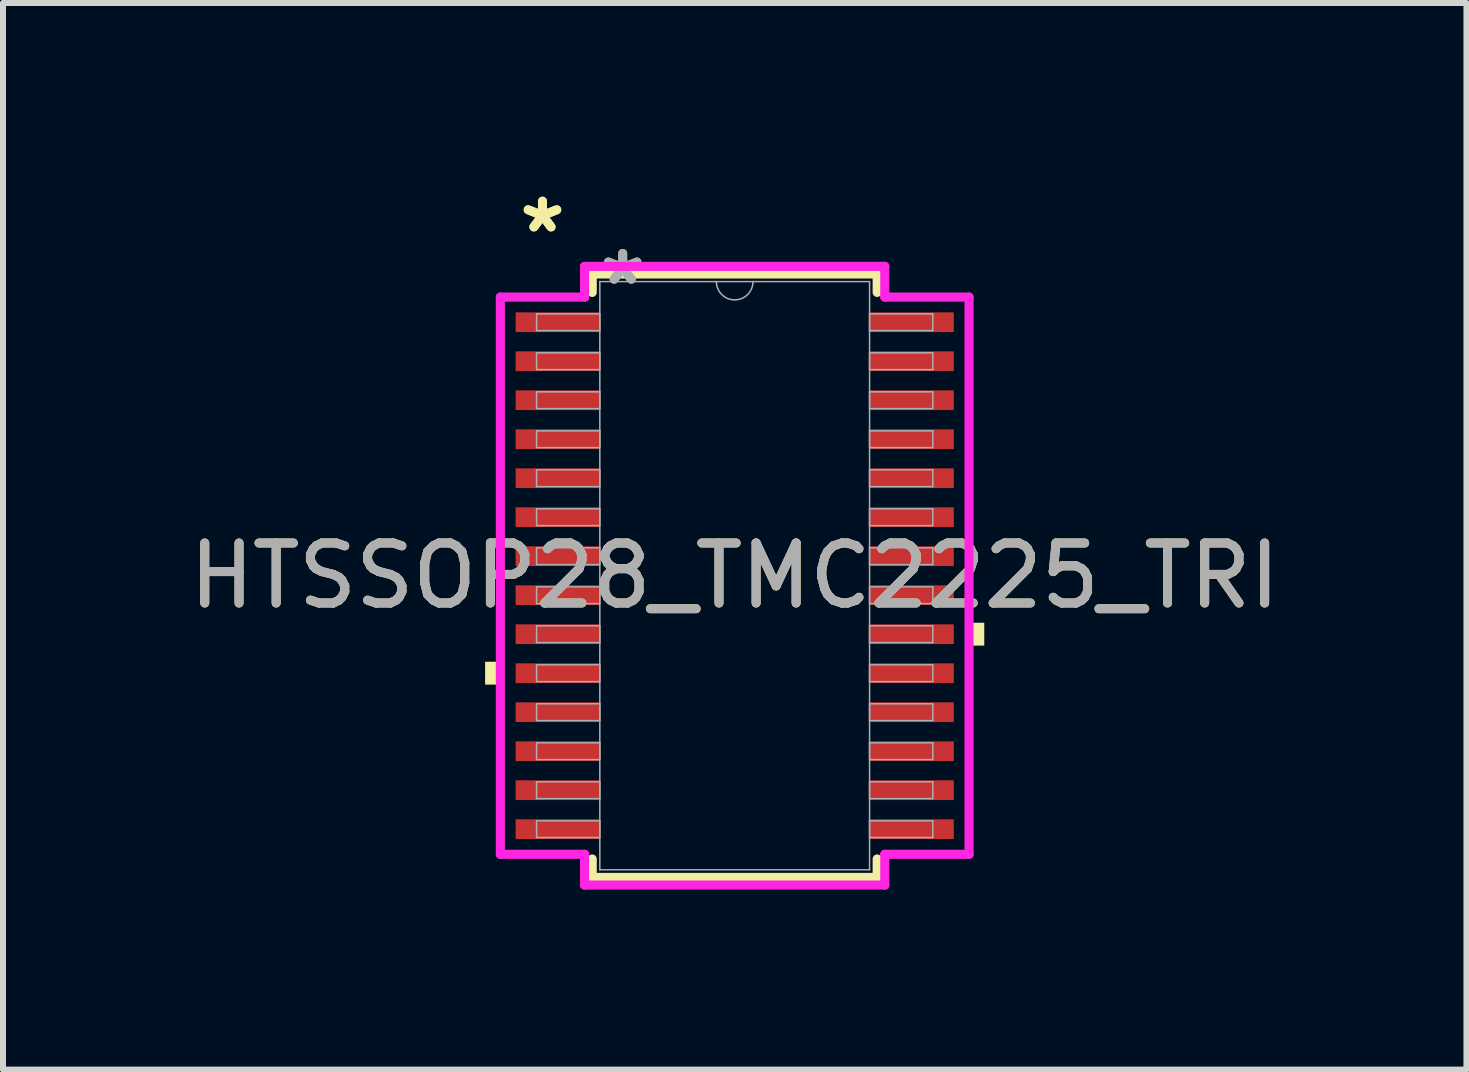
<source format=kicad_pcb>
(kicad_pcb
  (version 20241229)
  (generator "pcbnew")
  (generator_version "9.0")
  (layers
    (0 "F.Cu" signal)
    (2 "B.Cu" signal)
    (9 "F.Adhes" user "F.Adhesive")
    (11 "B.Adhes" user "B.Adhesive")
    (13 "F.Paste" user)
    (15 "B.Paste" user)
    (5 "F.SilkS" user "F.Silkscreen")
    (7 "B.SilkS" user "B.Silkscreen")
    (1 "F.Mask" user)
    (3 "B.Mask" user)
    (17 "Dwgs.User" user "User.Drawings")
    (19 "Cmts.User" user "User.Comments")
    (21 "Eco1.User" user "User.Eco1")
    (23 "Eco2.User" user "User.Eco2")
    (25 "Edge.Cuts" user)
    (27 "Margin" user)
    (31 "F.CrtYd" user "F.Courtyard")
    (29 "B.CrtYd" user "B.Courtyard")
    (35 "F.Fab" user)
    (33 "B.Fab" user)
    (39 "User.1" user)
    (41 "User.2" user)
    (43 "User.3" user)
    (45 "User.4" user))
  (footprint "HTSSOP28_TMC2225_TRI"
    (layer "F.Cu")
    (at 9.196 6.546)
    (property "Reference" "HTSSOP28_TMC2225_TRI" (at 0 0 0) (unlocked yes) (layer "F.SilkS") (effects (font (size 1 1) (thickness 0.15))))
    (attr smd)
    (fp_line (start -2.375 -5.029) (end -2.375 -4.722) (stroke (width 0.152) (type solid)) (layer "F.SilkS"))
    (fp_line (start -2.375 4.722) (end -2.375 5.029) (stroke (width 0.152) (type solid)) (layer "F.SilkS"))
    (fp_line (start -2.375 5.029) (end 2.375 5.029) (stroke (width 0.152) (type solid)) (layer "F.SilkS"))
    (fp_line (start 2.375 -5.029) (end -2.375 -5.029) (stroke (width 0.152) (type solid)) (layer "F.SilkS"))
    (fp_line (start 2.375 -4.722) (end 2.375 -5.029) (stroke (width 0.152) (type solid)) (layer "F.SilkS"))
    (fp_line (start 2.375 5.029) (end 2.375 4.722) (stroke (width 0.152) (type solid)) (layer "F.SilkS"))
    (fp_poly (pts (xy -4.16 1.434) (xy -4.16 1.815) (xy -3.906 1.815) (xy -3.906 1.434)) (stroke (width 0) (type solid)) (fill yes) (layer "F.SilkS"))
    (fp_poly (pts (xy 4.16 0.784) (xy 4.16 1.165) (xy 3.906 1.165) (xy 3.906 0.784)) (stroke (width 0) (type solid)) (fill yes) (layer "F.SilkS"))
    (fp_line (start -3.906 -4.644) (end -2.502 -4.644) (stroke (width 0.152) (type solid)) (layer "F.CrtYd"))
    (fp_line (start -3.906 4.644) (end -3.906 -4.644) (stroke (width 0.152) (type solid)) (layer "F.CrtYd"))
    (fp_line (start -3.906 4.644) (end -2.502 4.644) (stroke (width 0.152) (type solid)) (layer "F.CrtYd"))
    (fp_line (start -2.502 -5.156) (end 2.502 -5.156) (stroke (width 0.152) (type solid)) (layer "F.CrtYd"))
    (fp_line (start -2.502 -4.644) (end -2.502 -5.156) (stroke (width 0.152) (type solid)) (layer "F.CrtYd"))
    (fp_line (start -2.502 5.156) (end -2.502 4.644) (stroke (width 0.152) (type solid)) (layer "F.CrtYd"))
    (fp_line (start 2.502 -5.156) (end 2.502 -4.644) (stroke (width 0.152) (type solid)) (layer "F.CrtYd"))
    (fp_line (start 2.502 4.644) (end 2.502 5.156) (stroke (width 0.152) (type solid)) (layer "F.CrtYd"))
    (fp_line (start 2.502 5.156) (end -2.502 5.156) (stroke (width 0.152) (type solid)) (layer "F.CrtYd"))
    (fp_line (start 3.906 -4.644) (end 2.502 -4.644) (stroke (width 0.152) (type solid)) (layer "F.CrtYd"))
    (fp_line (start 3.906 -4.644) (end 3.906 4.644) (stroke (width 0.152) (type solid)) (layer "F.CrtYd"))
    (fp_line (start 3.906 4.644) (end 2.502 4.644) (stroke (width 0.152) (type solid)) (layer "F.CrtYd"))
    (fp_line (start -3.302 -4.365) (end -3.302 -4.085) (stroke (width 0.025) (type solid)) (layer "F.Fab"))
    (fp_line (start -3.302 -4.085) (end -2.248 -4.085) (stroke (width 0.025) (type solid)) (layer "F.Fab"))
    (fp_line (start -3.302 -3.715) (end -3.302 -3.435) (stroke (width 0.025) (type solid)) (layer "F.Fab"))
    (fp_line (start -3.302 -3.435) (end -2.248 -3.435) (stroke (width 0.025) (type solid)) (layer "F.Fab"))
    (fp_line (start -3.302 -3.065) (end -3.302 -2.785) (stroke (width 0.025) (type solid)) (layer "F.Fab"))
    (fp_line (start -3.302 -2.785) (end -2.248 -2.785) (stroke (width 0.025) (type solid)) (layer "F.Fab"))
    (fp_line (start -3.302 -2.415) (end -3.302 -2.135) (stroke (width 0.025) (type solid)) (layer "F.Fab"))
    (fp_line (start -3.302 -2.135) (end -2.248 -2.135) (stroke (width 0.025) (type solid)) (layer "F.Fab"))
    (fp_line (start -3.302 -1.765) (end -3.302 -1.485) (stroke (width 0.025) (type solid)) (layer "F.Fab"))
    (fp_line (start -3.302 -1.485) (end -2.248 -1.485) (stroke (width 0.025) (type solid)) (layer "F.Fab"))
    (fp_line (start -3.302 -1.115) (end -3.302 -0.835) (stroke (width 0.025) (type solid)) (layer "F.Fab"))
    (fp_line (start -3.302 -0.835) (end -2.248 -0.835) (stroke (width 0.025) (type solid)) (layer "F.Fab"))
    (fp_line (start -3.302 -0.465) (end -3.302 -0.185) (stroke (width 0.025) (type solid)) (layer "F.Fab"))
    (fp_line (start -3.302 -0.185) (end -2.248 -0.185) (stroke (width 0.025) (type solid)) (layer "F.Fab"))
    (fp_line (start -3.302 0.185) (end -3.302 0.465) (stroke (width 0.025) (type solid)) (layer "F.Fab"))
    (fp_line (start -3.302 0.465) (end -2.248 0.465) (stroke (width 0.025) (type solid)) (layer "F.Fab"))
    (fp_line (start -3.302 0.835) (end -3.302 1.115) (stroke (width 0.025) (type solid)) (layer "F.Fab"))
    (fp_line (start -3.302 1.115) (end -2.248 1.115) (stroke (width 0.025) (type solid)) (layer "F.Fab"))
    (fp_line (start -3.302 1.485) (end -3.302 1.765) (stroke (width 0.025) (type solid)) (layer "F.Fab"))
    (fp_line (start -3.302 1.765) (end -2.248 1.765) (stroke (width 0.025) (type solid)) (layer "F.Fab"))
    (fp_line (start -3.302 2.135) (end -3.302 2.415) (stroke (width 0.025) (type solid)) (layer "F.Fab"))
    (fp_line (start -3.302 2.415) (end -2.248 2.415) (stroke (width 0.025) (type solid)) (layer "F.Fab"))
    (fp_line (start -3.302 2.785) (end -3.302 3.065) (stroke (width 0.025) (type solid)) (layer "F.Fab"))
    (fp_line (start -3.302 3.065) (end -2.248 3.065) (stroke (width 0.025) (type solid)) (layer "F.Fab"))
    (fp_line (start -3.302 3.435) (end -3.302 3.715) (stroke (width 0.025) (type solid)) (layer "F.Fab"))
    (fp_line (start -3.302 3.715) (end -2.248 3.715) (stroke (width 0.025) (type solid)) (layer "F.Fab"))
    (fp_line (start -3.302 4.085) (end -3.302 4.365) (stroke (width 0.025) (type solid)) (layer "F.Fab"))
    (fp_line (start -3.302 4.365) (end -2.248 4.365) (stroke (width 0.025) (type solid)) (layer "F.Fab"))
    (fp_line (start -2.248 -4.902) (end -2.248 4.902) (stroke (width 0.025) (type solid)) (layer "F.Fab"))
    (fp_line (start -2.248 -4.365) (end -3.302 -4.365) (stroke (width 0.025) (type solid)) (layer "F.Fab"))
    (fp_line (start -2.248 -4.085) (end -2.248 -4.365) (stroke (width 0.025) (type solid)) (layer "F.Fab"))
    (fp_line (start -2.248 -3.715) (end -3.302 -3.715) (stroke (width 0.025) (type solid)) (layer "F.Fab"))
    (fp_line (start -2.248 -3.435) (end -2.248 -3.715) (stroke (width 0.025) (type solid)) (layer "F.Fab"))
    (fp_line (start -2.248 -3.065) (end -3.302 -3.065) (stroke (width 0.025) (type solid)) (layer "F.Fab"))
    (fp_line (start -2.248 -2.785) (end -2.248 -3.065) (stroke (width 0.025) (type solid)) (layer "F.Fab"))
    (fp_line (start -2.248 -2.415) (end -3.302 -2.415) (stroke (width 0.025) (type solid)) (layer "F.Fab"))
    (fp_line (start -2.248 -2.135) (end -2.248 -2.415) (stroke (width 0.025) (type solid)) (layer "F.Fab"))
    (fp_line (start -2.248 -1.765) (end -3.302 -1.765) (stroke (width 0.025) (type solid)) (layer "F.Fab"))
    (fp_line (start -2.248 -1.485) (end -2.248 -1.765) (stroke (width 0.025) (type solid)) (layer "F.Fab"))
    (fp_line (start -2.248 -1.115) (end -3.302 -1.115) (stroke (width 0.025) (type solid)) (layer "F.Fab"))
    (fp_line (start -2.248 -0.835) (end -2.248 -1.115) (stroke (width 0.025) (type solid)) (layer "F.Fab"))
    (fp_line (start -2.248 -0.465) (end -3.302 -0.465) (stroke (width 0.025) (type solid)) (layer "F.Fab"))
    (fp_line (start -2.248 -0.185) (end -2.248 -0.465) (stroke (width 0.025) (type solid)) (layer "F.Fab"))
    (fp_line (start -2.248 0.185) (end -3.302 0.185) (stroke (width 0.025) (type solid)) (layer "F.Fab"))
    (fp_line (start -2.248 0.465) (end -2.248 0.185) (stroke (width 0.025) (type solid)) (layer "F.Fab"))
    (fp_line (start -2.248 0.835) (end -3.302 0.835) (stroke (width 0.025) (type solid)) (layer "F.Fab"))
    (fp_line (start -2.248 1.115) (end -2.248 0.835) (stroke (width 0.025) (type solid)) (layer "F.Fab"))
    (fp_line (start -2.248 1.485) (end -3.302 1.485) (stroke (width 0.025) (type solid)) (layer "F.Fab"))
    (fp_line (start -2.248 1.765) (end -2.248 1.485) (stroke (width 0.025) (type solid)) (layer "F.Fab"))
    (fp_line (start -2.248 2.135) (end -3.302 2.135) (stroke (width 0.025) (type solid)) (layer "F.Fab"))
    (fp_line (start -2.248 2.415) (end -2.248 2.135) (stroke (width 0.025) (type solid)) (layer "F.Fab"))
    (fp_line (start -2.248 2.785) (end -3.302 2.785) (stroke (width 0.025) (type solid)) (layer "F.Fab"))
    (fp_line (start -2.248 3.065) (end -2.248 2.785) (stroke (width 0.025) (type solid)) (layer "F.Fab"))
    (fp_line (start -2.248 3.435) (end -3.302 3.435) (stroke (width 0.025) (type solid)) (layer "F.Fab"))
    (fp_line (start -2.248 3.715) (end -2.248 3.435) (stroke (width 0.025) (type solid)) (layer "F.Fab"))
    (fp_line (start -2.248 4.085) (end -3.302 4.085) (stroke (width 0.025) (type solid)) (layer "F.Fab"))
    (fp_line (start -2.248 4.365) (end -2.248 4.085) (stroke (width 0.025) (type solid)) (layer "F.Fab"))
    (fp_line (start -2.248 4.902) (end 2.248 4.902) (stroke (width 0.025) (type solid)) (layer "F.Fab"))
    (fp_line (start 2.248 -4.902) (end -2.248 -4.902) (stroke (width 0.025) (type solid)) (layer "F.Fab"))
    (fp_line (start 2.248 -4.365) (end 2.248 -4.085) (stroke (width 0.025) (type solid)) (layer "F.Fab"))
    (fp_line (start 2.248 -4.085) (end 3.302 -4.085) (stroke (width 0.025) (type solid)) (layer "F.Fab"))
    (fp_line (start 2.248 -3.715) (end 2.248 -3.435) (stroke (width 0.025) (type solid)) (layer "F.Fab"))
    (fp_line (start 2.248 -3.435) (end 3.302 -3.435) (stroke (width 0.025) (type solid)) (layer "F.Fab"))
    (fp_line (start 2.248 -3.065) (end 2.248 -2.785) (stroke (width 0.025) (type solid)) (layer "F.Fab"))
    (fp_line (start 2.248 -2.785) (end 3.302 -2.785) (stroke (width 0.025) (type solid)) (layer "F.Fab"))
    (fp_line (start 2.248 -2.415) (end 2.248 -2.135) (stroke (width 0.025) (type solid)) (layer "F.Fab"))
    (fp_line (start 2.248 -2.135) (end 3.302 -2.135) (stroke (width 0.025) (type solid)) (layer "F.Fab"))
    (fp_line (start 2.248 -1.765) (end 2.248 -1.485) (stroke (width 0.025) (type solid)) (layer "F.Fab"))
    (fp_line (start 2.248 -1.485) (end 3.302 -1.485) (stroke (width 0.025) (type solid)) (layer "F.Fab"))
    (fp_line (start 2.248 -1.115) (end 2.248 -0.835) (stroke (width 0.025) (type solid)) (layer "F.Fab"))
    (fp_line (start 2.248 -0.835) (end 3.302 -0.835) (stroke (width 0.025) (type solid)) (layer "F.Fab"))
    (fp_line (start 2.248 -0.465) (end 2.248 -0.185) (stroke (width 0.025) (type solid)) (layer "F.Fab"))
    (fp_line (start 2.248 -0.185) (end 3.302 -0.185) (stroke (width 0.025) (type solid)) (layer "F.Fab"))
    (fp_line (start 2.248 0.185) (end 2.248 0.465) (stroke (width 0.025) (type solid)) (layer "F.Fab"))
    (fp_line (start 2.248 0.465) (end 3.302 0.465) (stroke (width 0.025) (type solid)) (layer "F.Fab"))
    (fp_line (start 2.248 0.835) (end 2.248 1.115) (stroke (width 0.025) (type solid)) (layer "F.Fab"))
    (fp_line (start 2.248 1.115) (end 3.302 1.115) (stroke (width 0.025) (type solid)) (layer "F.Fab"))
    (fp_line (start 2.248 1.485) (end 2.248 1.765) (stroke (width 0.025) (type solid)) (layer "F.Fab"))
    (fp_line (start 2.248 1.765) (end 3.302 1.765) (stroke (width 0.025) (type solid)) (layer "F.Fab"))
    (fp_line (start 2.248 2.135) (end 2.248 2.415) (stroke (width 0.025) (type solid)) (layer "F.Fab"))
    (fp_line (start 2.248 2.415) (end 3.302 2.415) (stroke (width 0.025) (type solid)) (layer "F.Fab"))
    (fp_line (start 2.248 2.785) (end 2.248 3.065) (stroke (width 0.025) (type solid)) (layer "F.Fab"))
    (fp_line (start 2.248 3.065) (end 3.302 3.065) (stroke (width 0.025) (type solid)) (layer "F.Fab"))
    (fp_line (start 2.248 3.435) (end 2.248 3.715) (stroke (width 0.025) (type solid)) (layer "F.Fab"))
    (fp_line (start 2.248 3.715) (end 3.302 3.715) (stroke (width 0.025) (type solid)) (layer "F.Fab"))
    (fp_line (start 2.248 4.085) (end 2.248 4.365) (stroke (width 0.025) (type solid)) (layer "F.Fab"))
    (fp_line (start 2.248 4.365) (end 3.302 4.365) (stroke (width 0.025) (type solid)) (layer "F.Fab"))
    (fp_line (start 2.248 4.902) (end 2.248 -4.902) (stroke (width 0.025) (type solid)) (layer "F.Fab"))
    (fp_line (start 3.302 -4.365) (end 2.248 -4.365) (stroke (width 0.025) (type solid)) (layer "F.Fab"))
    (fp_line (start 3.302 -4.085) (end 3.302 -4.365) (stroke (width 0.025) (type solid)) (layer "F.Fab"))
    (fp_line (start 3.302 -3.715) (end 2.248 -3.715) (stroke (width 0.025) (type solid)) (layer "F.Fab"))
    (fp_line (start 3.302 -3.435) (end 3.302 -3.715) (stroke (width 0.025) (type solid)) (layer "F.Fab"))
    (fp_line (start 3.302 -3.065) (end 2.248 -3.065) (stroke (width 0.025) (type solid)) (layer "F.Fab"))
    (fp_line (start 3.302 -2.785) (end 3.302 -3.065) (stroke (width 0.025) (type solid)) (layer "F.Fab"))
    (fp_line (start 3.302 -2.415) (end 2.248 -2.415) (stroke (width 0.025) (type solid)) (layer "F.Fab"))
    (fp_line (start 3.302 -2.135) (end 3.302 -2.415) (stroke (width 0.025) (type solid)) (layer "F.Fab"))
    (fp_line (start 3.302 -1.765) (end 2.248 -1.765) (stroke (width 0.025) (type solid)) (layer "F.Fab"))
    (fp_line (start 3.302 -1.485) (end 3.302 -1.765) (stroke (width 0.025) (type solid)) (layer "F.Fab"))
    (fp_line (start 3.302 -1.115) (end 2.248 -1.115) (stroke (width 0.025) (type solid)) (layer "F.Fab"))
    (fp_line (start 3.302 -0.835) (end 3.302 -1.115) (stroke (width 0.025) (type solid)) (layer "F.Fab"))
    (fp_line (start 3.302 -0.465) (end 2.248 -0.465) (stroke (width 0.025) (type solid)) (layer "F.Fab"))
    (fp_line (start 3.302 -0.185) (end 3.302 -0.465) (stroke (width 0.025) (type solid)) (layer "F.Fab"))
    (fp_line (start 3.302 0.185) (end 2.248 0.185) (stroke (width 0.025) (type solid)) (layer "F.Fab"))
    (fp_line (start 3.302 0.465) (end 3.302 0.185) (stroke (width 0.025) (type solid)) (layer "F.Fab"))
    (fp_line (start 3.302 0.835) (end 2.248 0.835) (stroke (width 0.025) (type solid)) (layer "F.Fab"))
    (fp_line (start 3.302 1.115) (end 3.302 0.835) (stroke (width 0.025) (type solid)) (layer "F.Fab"))
    (fp_line (start 3.302 1.485) (end 2.248 1.485) (stroke (width 0.025) (type solid)) (layer "F.Fab"))
    (fp_line (start 3.302 1.765) (end 3.302 1.485) (stroke (width 0.025) (type solid)) (layer "F.Fab"))
    (fp_line (start 3.302 2.135) (end 2.248 2.135) (stroke (width 0.025) (type solid)) (layer "F.Fab"))
    (fp_line (start 3.302 2.415) (end 3.302 2.135) (stroke (width 0.025) (type solid)) (layer "F.Fab"))
    (fp_line (start 3.302 2.785) (end 2.248 2.785) (stroke (width 0.025) (type solid)) (layer "F.Fab"))
    (fp_line (start 3.302 3.065) (end 3.302 2.785) (stroke (width 0.025) (type solid)) (layer "F.Fab"))
    (fp_line (start 3.302 3.435) (end 2.248 3.435) (stroke (width 0.025) (type solid)) (layer "F.Fab"))
    (fp_line (start 3.302 3.715) (end 3.302 3.435) (stroke (width 0.025) (type solid)) (layer "F.Fab"))
    (fp_line (start 3.302 4.085) (end 2.248 4.085) (stroke (width 0.025) (type solid)) (layer "F.Fab"))
    (fp_line (start 3.302 4.365) (end 3.302 4.085) (stroke (width 0.025) (type solid)) (layer "F.Fab"))
    (fp_arc (start 0.3048 -4.9022) (mid 0 -4.5974) (end -0.3048 -4.9022) (stroke (width 0.0254) (type solid)) (layer "F.Fab"))
    (fp_text user "*" (at -3.204 -5.697 0) (layer "F.SilkS") (effects (font (size 1 1) (thickness 0.15))))
    (fp_text user "*" (at -3.204 -5.697 0) (unlocked yes) (layer "F.SilkS") (effects (font (size 1 1) (thickness 0.15))))
    (fp_text user "*" (at -1.867 -4.826 0) (unlocked yes) (layer "F.Fab") (effects (font (size 1 1) (thickness 0.15))))
    (fp_text user "*" (at -1.867 -4.826 0) (layer "F.Fab") (effects (font (size 1 1) (thickness 0.15))))
    (fp_text user "${REFERENCE}" (at 0 0 0) (unlocked yes) (layer "F.Fab") (effects (font (size 1 1) (thickness 0.15))))
    (pad "1" smd rect (at -2.95 -4.225) (size 1.404 0.329) (layers "F.Cu" "F.Mask" "F.Paste"))
    (pad "2" smd rect (at -2.95 -3.575) (size 1.404 0.329) (layers "F.Cu" "F.Mask" "F.Paste"))
    (pad "3" smd rect (at -2.95 -2.925) (size 1.404 0.329) (layers "F.Cu" "F.Mask" "F.Paste"))
    (pad "4" smd rect (at -2.95 -2.275) (size 1.404 0.329) (layers "F.Cu" "F.Mask" "F.Paste"))
    (pad "5" smd rect (at -2.95 -1.625) (size 1.404 0.329) (layers "F.Cu" "F.Mask" "F.Paste"))
    (pad "6" smd rect (at -2.95 -0.975) (size 1.404 0.329) (layers "F.Cu" "F.Mask" "F.Paste"))
    (pad "7" smd rect (at -2.95 -0.325) (size 1.404 0.329) (layers "F.Cu" "F.Mask" "F.Paste"))
    (pad "8" smd rect (at -2.95 0.325) (size 1.404 0.329) (layers "F.Cu" "F.Mask" "F.Paste"))
    (pad "9" smd rect (at -2.95 0.975) (size 1.404 0.329) (layers "F.Cu" "F.Mask" "F.Paste"))
    (pad "10" smd rect (at -2.95 1.625) (size 1.404 0.329) (layers "F.Cu" "F.Mask" "F.Paste"))
    (pad "11" smd rect (at -2.95 2.275) (size 1.404 0.329) (layers "F.Cu" "F.Mask" "F.Paste"))
    (pad "12" smd rect (at -2.95 2.925) (size 1.404 0.329) (layers "F.Cu" "F.Mask" "F.Paste"))
    (pad "13" smd rect (at -2.95 3.575) (size 1.404 0.329) (layers "F.Cu" "F.Mask" "F.Paste"))
    (pad "14" smd rect (at -2.95 4.225) (size 1.404 0.329) (layers "F.Cu" "F.Mask" "F.Paste"))
    (pad "15" smd rect (at 2.95 4.225) (size 1.404 0.329) (layers "F.Cu" "F.Mask" "F.Paste"))
    (pad "16" smd rect (at 2.95 3.575) (size 1.404 0.329) (layers "F.Cu" "F.Mask" "F.Paste"))
    (pad "17" smd rect (at 2.95 2.925) (size 1.404 0.329) (layers "F.Cu" "F.Mask" "F.Paste"))
    (pad "18" smd rect (at 2.95 2.275) (size 1.404 0.329) (layers "F.Cu" "F.Mask" "F.Paste"))
    (pad "19" smd rect (at 2.95 1.625) (size 1.404 0.329) (layers "F.Cu" "F.Mask" "F.Paste"))
    (pad "20" smd rect (at 2.95 0.975) (size 1.404 0.329) (layers "F.Cu" "F.Mask" "F.Paste"))
    (pad "21" smd rect (at 2.95 0.325) (size 1.404 0.329) (layers "F.Cu" "F.Mask" "F.Paste"))
    (pad "22" smd rect (at 2.95 -0.325) (size 1.404 0.329) (layers "F.Cu" "F.Mask" "F.Paste"))
    (pad "23" smd rect (at 2.95 -0.975) (size 1.404 0.329) (layers "F.Cu" "F.Mask" "F.Paste"))
    (pad "24" smd rect (at 2.95 -1.625) (size 1.404 0.329) (layers "F.Cu" "F.Mask" "F.Paste"))
    (pad "25" smd rect (at 2.95 -2.275) (size 1.404 0.329) (layers "F.Cu" "F.Mask" "F.Paste"))
    (pad "26" smd rect (at 2.95 -2.925) (size 1.404 0.329) (layers "F.Cu" "F.Mask" "F.Paste"))
    (pad "27" smd rect (at 2.95 -3.575) (size 1.404 0.329) (layers "F.Cu" "F.Mask" "F.Paste"))
    (pad "28" smd rect (at 2.95 -4.225) (size 1.404 0.329) (layers "F.Cu" "F.Mask" "F.Paste")))
  (gr_rect
    (start -3 -3)
    (end 21.393 14.778)
    (stroke (width 0.1) (type default))
    (fill no)
    (layer "Edge.Cuts")))
</source>
